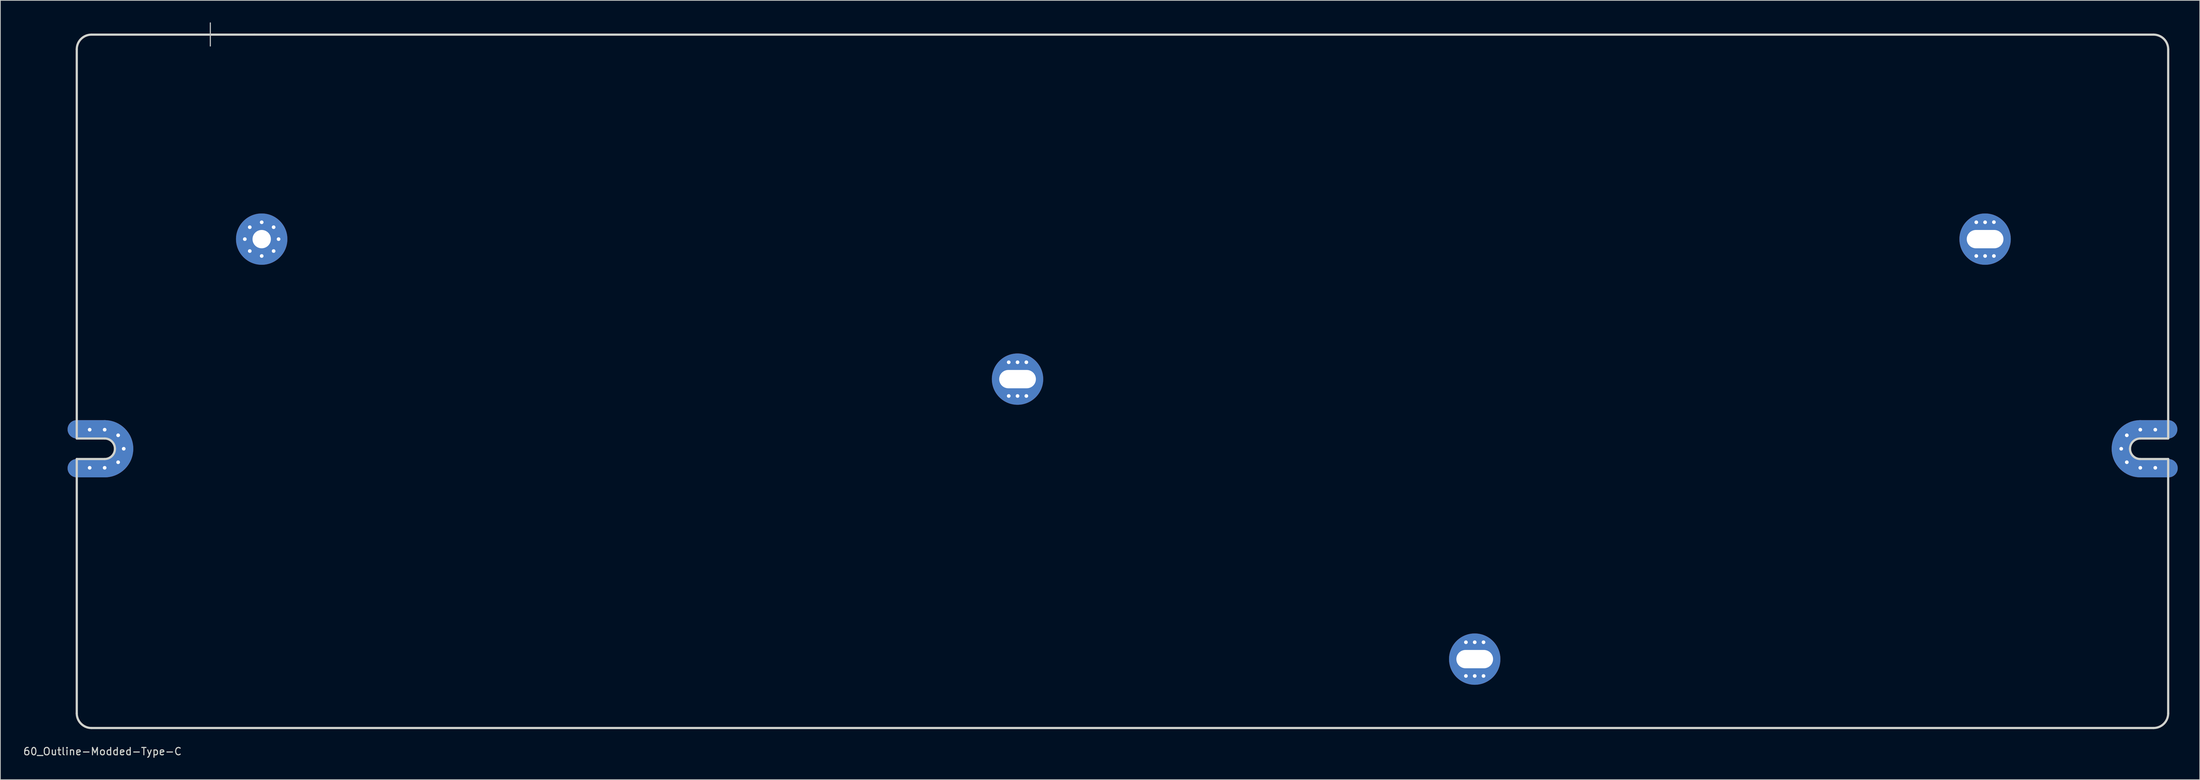
<source format=kicad_pcb>
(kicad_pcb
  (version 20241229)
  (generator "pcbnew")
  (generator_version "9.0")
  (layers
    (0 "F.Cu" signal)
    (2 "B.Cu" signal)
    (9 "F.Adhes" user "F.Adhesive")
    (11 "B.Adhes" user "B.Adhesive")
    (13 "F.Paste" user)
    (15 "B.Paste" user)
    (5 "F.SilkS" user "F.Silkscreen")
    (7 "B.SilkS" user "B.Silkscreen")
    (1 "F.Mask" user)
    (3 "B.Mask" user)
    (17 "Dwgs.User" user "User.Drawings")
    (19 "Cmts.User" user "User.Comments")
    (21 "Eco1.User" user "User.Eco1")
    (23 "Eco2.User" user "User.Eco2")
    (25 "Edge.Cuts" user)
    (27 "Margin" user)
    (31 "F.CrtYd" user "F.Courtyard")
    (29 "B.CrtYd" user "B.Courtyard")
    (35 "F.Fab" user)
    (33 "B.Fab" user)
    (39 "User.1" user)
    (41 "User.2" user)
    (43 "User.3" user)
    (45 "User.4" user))
  (footprint "60_Outline-Modded-Type-C"
    (layer "F.Cu")
    (at 149.911 48.975)
    (property "Reference" "60_Outline-Modded-Type-C" (at -139 50.5 0) (layer "Edge.Cuts") (effects (font (size 1 1) (thickness 0.15))))
    (attr through_hole)
    (fp_line (start -142.5 6.549) (end -138.7 6.549) (stroke (width 2.502) (type solid)) (layer "F.Cu"))
    (fp_line (start -142.5 11.851) (end -138.7 11.851) (stroke (width 2.502) (type solid)) (layer "F.Cu"))
    (fp_line (start 138.7 6.549) (end 142.5 6.549) (stroke (width 2.502) (type solid)) (layer "F.Cu"))
    (fp_line (start 138.7 11.851) (end 142.55 11.851) (stroke (width 2.502) (type solid)) (layer "F.Cu"))
    (fp_arc (start -138.7 6.54905) (mid -136.825495 7.325495) (end -136.04905 9.2) (stroke (width 2.5019) (type solid)) (layer "F.Cu"))
    (fp_arc (start -136.04905 9.2) (mid -136.825495 11.074505) (end -138.7 11.85095) (stroke (width 2.5019) (type solid)) (layer "F.Cu"))
    (fp_arc (start 136.04905 9.2) (mid 136.825495 7.325495) (end 138.7 6.54905) (stroke (width 2.5019) (type solid)) (layer "F.Cu"))
    (fp_arc (start 138.7 11.85095) (mid 136.825495 11.074505) (end 136.04905 9.2) (stroke (width 2.5019) (type solid)) (layer "F.Cu"))
    (fp_line (start -142.5 6.549) (end -138.7 6.549) (stroke (width 2.502) (type solid)) (layer "F.Mask"))
    (fp_line (start -142.5 11.851) (end -138.7 11.851) (stroke (width 2.502) (type solid)) (layer "F.Mask"))
    (fp_line (start 138.7 6.549) (end 142.5 6.549) (stroke (width 2.502) (type solid)) (layer "F.Mask"))
    (fp_line (start 138.7 11.851) (end 142.55 11.851) (stroke (width 2.502) (type solid)) (layer "F.Mask"))
    (fp_arc (start -138.7 6.54905) (mid -136.825495 7.325495) (end -136.04905 9.2) (stroke (width 2.5019) (type solid)) (layer "F.Mask"))
    (fp_arc (start -136.04905 9.2) (mid -136.825495 11.074505) (end -138.7 11.85095) (stroke (width 2.5019) (type solid)) (layer "F.Mask"))
    (fp_arc (start 136.04905 9.2) (mid 136.825495 7.325495) (end 138.7 6.54905) (stroke (width 2.5019) (type solid)) (layer "F.Mask"))
    (fp_arc (start 138.7 11.85095) (mid 136.825495 11.074505) (end 136.04905 9.2) (stroke (width 2.5019) (type solid)) (layer "F.Mask"))
    (fp_line (start -142.5 6.549) (end -138.7 6.549) (stroke (width 2.502) (type solid)) (layer "B.Cu"))
    (fp_line (start -142.5 11.851) (end -138.7 11.851) (stroke (width 2.502) (type solid)) (layer "B.Cu"))
    (fp_line (start 138.7 6.549) (end 142.5 6.549) (stroke (width 2.502) (type solid)) (layer "B.Cu"))
    (fp_line (start 138.7 11.851) (end 142.55 11.851) (stroke (width 2.502) (type solid)) (layer "B.Cu"))
    (fp_arc (start -138.7 6.54905) (mid -136.825495 7.325495) (end -136.04905 9.2) (stroke (width 2.5019) (type solid)) (layer "B.Cu"))
    (fp_arc (start -136.04905 9.2) (mid -136.825495 11.074505) (end -138.7 11.85095) (stroke (width 2.5019) (type solid)) (layer "B.Cu"))
    (fp_arc (start 136.04905 9.2) (mid 136.825495 7.325495) (end 138.7 6.54905) (stroke (width 2.5019) (type solid)) (layer "B.Cu"))
    (fp_arc (start 138.7 11.85095) (mid 136.825495 11.074505) (end 136.04905 9.2) (stroke (width 2.5019) (type solid)) (layer "B.Cu"))
    (fp_line (start -142.5 6.549) (end -138.7 6.549) (stroke (width 2.502) (type solid)) (layer "B.Mask"))
    (fp_line (start -142.5 11.851) (end -138.7 11.851) (stroke (width 2.502) (type solid)) (layer "B.Mask"))
    (fp_line (start 138.7 6.549) (end 142.5 6.549) (stroke (width 2.502) (type solid)) (layer "B.Mask"))
    (fp_line (start 138.7 11.851) (end 142.55 11.851) (stroke (width 2.502) (type solid)) (layer "B.Mask"))
    (fp_arc (start -138.7 6.54905) (mid -136.825495 7.325495) (end -136.04905 9.2) (stroke (width 2.5019) (type solid)) (layer "B.Mask"))
    (fp_arc (start -136.04905 9.2) (mid -136.825495 11.074505) (end -138.7 11.85095) (stroke (width 2.5019) (type solid)) (layer "B.Mask"))
    (fp_arc (start 136.04905 9.2) (mid 136.825495 7.325495) (end 138.7 6.54905) (stroke (width 2.5019) (type solid)) (layer "B.Mask"))
    (fp_arc (start 138.7 11.85095) (mid 136.825495 11.074505) (end 136.04905 9.2) (stroke (width 2.5019) (type solid)) (layer "B.Mask"))
    (fp_line (start -124.3 -48.9) (end -124.3 -45.75) (stroke (width 0.15) (type solid)) (layer "Dwgs.User"))
    (fp_line (start -142.5 7.8) (end -142.5 -45.3) (stroke (width 0.3) (type solid)) (layer "Edge.Cuts"))
    (fp_line (start -142.5 10.6) (end -138.7 10.6) (stroke (width 0.3) (type solid)) (layer "Edge.Cuts"))
    (fp_line (start -142.5 45.3) (end -142.5 10.6) (stroke (width 0.3) (type solid)) (layer "Edge.Cuts"))
    (fp_line (start -140.5 -47.3) (end -118.3 -47.3) (stroke (width 0.3) (type solid)) (layer "Edge.Cuts"))
    (fp_line (start -140.5 47.3) (end 140.5 47.3) (stroke (width 0.3) (type solid)) (layer "Edge.Cuts"))
    (fp_line (start -138.7 7.8) (end -142.5 7.8) (stroke (width 0.3) (type solid)) (layer "Edge.Cuts"))
    (fp_line (start 138.7 7.8) (end 142.5 7.8) (stroke (width 0.3) (type solid)) (layer "Edge.Cuts"))
    (fp_line (start 138.7 10.6) (end 142.5 10.6) (stroke (width 0.3) (type solid)) (layer "Edge.Cuts"))
    (fp_line (start 140.5 -47.3) (end -118.3 -47.3) (stroke (width 0.3) (type solid)) (layer "Edge.Cuts"))
    (fp_line (start 142.5 7.8) (end 142.5 -45.3) (stroke (width 0.3) (type solid)) (layer "Edge.Cuts"))
    (fp_line (start 142.5 10.6) (end 142.5 45.3) (stroke (width 0.3) (type solid)) (layer "Edge.Cuts"))
    (fp_arc (start -142.5 -45.3) (mid -141.914214 -46.714214) (end -140.5 -47.3) (stroke (width 0.3) (type solid)) (layer "Edge.Cuts"))
    (fp_arc (start -140.5 47.3) (mid -141.914214 46.714214) (end -142.5 45.3) (stroke (width 0.3) (type solid)) (layer "Edge.Cuts"))
    (fp_arc (start -138.7 7.8) (mid -137.710051 8.210051) (end -137.3 9.2) (stroke (width 0.3) (type solid)) (layer "Edge.Cuts"))
    (fp_arc (start -137.3 9.2) (mid -137.710051 10.189949) (end -138.7 10.6) (stroke (width 0.3) (type solid)) (layer "Edge.Cuts"))
    (fp_arc (start 137.3 9.2) (mid 137.710051 8.210051) (end 138.7 7.8) (stroke (width 0.3) (type solid)) (layer "Edge.Cuts"))
    (fp_arc (start 138.7 10.6) (mid 137.710051 10.189949) (end 137.3 9.2) (stroke (width 0.3) (type solid)) (layer "Edge.Cuts"))
    (fp_arc (start 140.5 -47.3) (mid 141.914214 -46.714214) (end 142.5 -45.3) (stroke (width 0.3) (type solid)) (layer "Edge.Cuts"))
    (fp_arc (start 142.5 45.3) (mid 141.914214 46.714214) (end 140.5 47.3) (stroke (width 0.3) (type solid)) (layer "Edge.Cuts"))
    (pad "1" thru_hole circle (at -140.742 6.6) (size 1 1) (drill 0.5) (layers "*.Cu" "*.Mask"))
    (pad "1" thru_hole circle (at -140.742 11.8) (size 1 1) (drill 0.5) (layers "*.Cu" "*.Mask"))
    (pad "1" thru_hole circle (at -138.7 6.6) (size 1 1) (drill 0.5) (layers "*.Cu" "*.Mask"))
    (pad "1" thru_hole circle (at -138.7 11.8) (size 1 1) (drill 0.5) (layers "*.Cu" "*.Mask"))
    (pad "1" thru_hole circle (at -136.862 7.362) (size 1 1) (drill 0.5) (layers "*.Cu" "*.Mask"))
    (pad "1" thru_hole circle (at -136.862 11.038) (size 1 1) (drill 0.5) (layers "*.Cu" "*.Mask"))
    (pad "1" thru_hole circle (at -136.1 9.2) (size 1 1) (drill 0.5) (layers "*.Cu" "*.Mask"))
    (pad "1" thru_hole circle (at -119.6 -19.4) (size 1 1) (drill 0.5) (layers "*.Cu" "*.Mask"))
    (pad "1" thru_hole circle (at -118.926 -21.026) (size 1 1) (drill 0.5) (layers "*.Cu" "*.Mask"))
    (pad "1" thru_hole circle (at -118.926 -17.774) (size 1 1) (drill 0.5) (layers "*.Cu" "*.Mask"))
    (pad "1" thru_hole circle (at -117.3 -21.7) (size 1 1) (drill 0.5) (layers "*.Cu" "*.Mask"))
    (pad "1" thru_hole circle (at -117.3 -19.4) (size 7.001 7.001) (drill 2.499) (layers "*.Cu" "*.Mask"))
    (pad "1" thru_hole circle (at -117.3 -17.1) (size 1 1) (drill 0.5) (layers "*.Cu" "*.Mask"))
    (pad "1" thru_hole circle (at -115.674 -21.026) (size 1 1) (drill 0.5) (layers "*.Cu" "*.Mask"))
    (pad "1" thru_hole circle (at -115.674 -17.774) (size 1 1) (drill 0.5) (layers "*.Cu" "*.Mask"))
    (pad "1" thru_hole circle (at -115 -19.4) (size 1 1) (drill 0.5) (layers "*.Cu" "*.Mask"))
    (pad "1" thru_hole circle (at -15.5 -2.6) (size 1 1) (drill 0.5) (layers "*.Cu" "*.Mask"))
    (pad "1" thru_hole circle (at -15.5 2) (size 1 1) (drill 0.5) (layers "*.Cu" "*.Mask"))
    (pad "1" thru_hole circle (at -14.3 -2.6) (size 1 1) (drill 0.5) (layers "*.Cu" "*.Mask"))
    (pad "1" thru_hole circle (at -14.3 -0.3) (size 7 7) (drill oval 5.001 2.499) (layers "*.Cu" "*.Mask"))
    (pad "1" thru_hole circle (at -14.3 2) (size 1 1) (drill 0.5) (layers "*.Cu" "*.Mask"))
    (pad "1" thru_hole circle (at -13.1 -2.6) (size 1 1) (drill 0.5) (layers "*.Cu" "*.Mask"))
    (pad "1" thru_hole circle (at -13.1 2) (size 1 1) (drill 0.5) (layers "*.Cu" "*.Mask"))
    (pad "1" thru_hole circle (at 46.8 35.6) (size 1 1) (drill 0.5) (layers "*.Cu" "*.Mask"))
    (pad "1" thru_hole circle (at 46.8 40.2) (size 1 1) (drill 0.5) (layers "*.Cu" "*.Mask"))
    (pad "1" thru_hole circle (at 48 35.6) (size 1 1) (drill 0.5) (layers "*.Cu" "*.Mask"))
    (pad "1" thru_hole circle (at 48 37.9) (size 7 7) (drill oval 5.001 2.499) (layers "*.Cu" "*.Mask"))
    (pad "1" thru_hole circle (at 48 40.2) (size 1 1) (drill 0.5) (layers "*.Cu" "*.Mask"))
    (pad "1" thru_hole circle (at 49.2 35.6) (size 1 1) (drill 0.5) (layers "*.Cu" "*.Mask"))
    (pad "1" thru_hole circle (at 49.2 40.2) (size 1 1) (drill 0.5) (layers "*.Cu" "*.Mask"))
    (pad "1" thru_hole circle (at 116.35 -21.7) (size 1 1) (drill 0.5) (layers "*.Cu" "*.Mask"))
    (pad "1" thru_hole circle (at 116.35 -17.1) (size 1 1) (drill 0.5) (layers "*.Cu" "*.Mask"))
    (pad "1" thru_hole circle (at 117.55 -21.7) (size 1 1) (drill 0.5) (layers "*.Cu" "*.Mask"))
    (pad "1" thru_hole circle (at 117.55 -19.4) (size 7 7) (drill oval 5.001 2.499) (layers "*.Cu" "*.Mask"))
    (pad "1" thru_hole circle (at 117.55 -17.1) (size 1 1) (drill 0.5) (layers "*.Cu" "*.Mask"))
    (pad "1" thru_hole circle (at 118.75 -21.717) (size 1 1) (drill 0.5) (layers "*.Cu" "*.Mask"))
    (pad "1" thru_hole circle (at 118.75 -17.1) (size 1 1) (drill 0.5) (layers "*.Cu" "*.Mask"))
    (pad "1" thru_hole circle (at 136.1 9.2) (size 1 1) (drill 0.5) (layers "*.Cu" "*.Mask"))
    (pad "1" thru_hole circle (at 136.862 7.362) (size 1 1) (drill 0.5) (layers "*.Cu" "*.Mask"))
    (pad "1" thru_hole circle (at 136.862 11.038) (size 1 1) (drill 0.5) (layers "*.Cu" "*.Mask"))
    (pad "1" thru_hole circle (at 138.7 6.6) (size 1 1) (drill 0.5) (layers "*.Cu" "*.Mask"))
    (pad "1" thru_hole circle (at 138.7 11.8) (size 1 1) (drill 0.5) (layers "*.Cu" "*.Mask"))
    (pad "1" thru_hole circle (at 140.742 6.6) (size 1 1) (drill 0.5) (layers "*.Cu" "*.Mask"))
    (pad "1" thru_hole circle (at 140.742 11.8) (size 1 1) (drill 0.5) (layers "*.Cu" "*.Mask")))
  (gr_rect
    (start -3 -3)
    (end 296.712 103.323)
    (stroke (width 0.1) (type default))
    (fill no)
    (layer "Edge.Cuts")))
</source>
